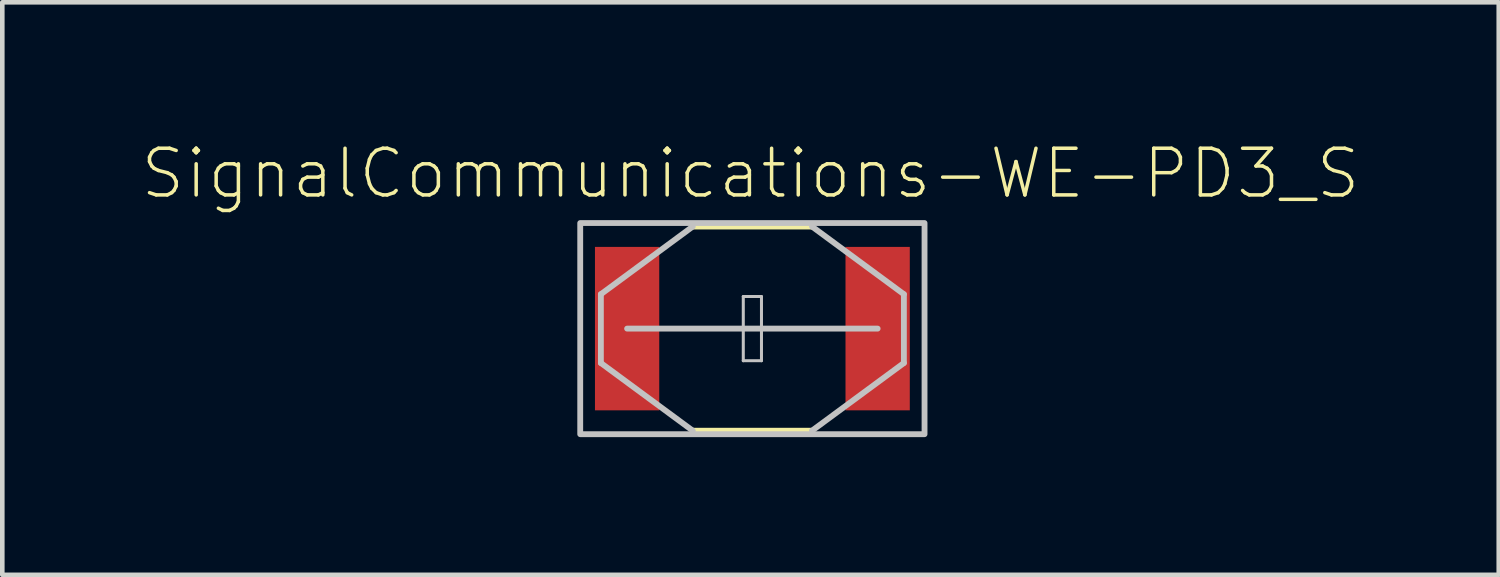
<source format=kicad_pcb>
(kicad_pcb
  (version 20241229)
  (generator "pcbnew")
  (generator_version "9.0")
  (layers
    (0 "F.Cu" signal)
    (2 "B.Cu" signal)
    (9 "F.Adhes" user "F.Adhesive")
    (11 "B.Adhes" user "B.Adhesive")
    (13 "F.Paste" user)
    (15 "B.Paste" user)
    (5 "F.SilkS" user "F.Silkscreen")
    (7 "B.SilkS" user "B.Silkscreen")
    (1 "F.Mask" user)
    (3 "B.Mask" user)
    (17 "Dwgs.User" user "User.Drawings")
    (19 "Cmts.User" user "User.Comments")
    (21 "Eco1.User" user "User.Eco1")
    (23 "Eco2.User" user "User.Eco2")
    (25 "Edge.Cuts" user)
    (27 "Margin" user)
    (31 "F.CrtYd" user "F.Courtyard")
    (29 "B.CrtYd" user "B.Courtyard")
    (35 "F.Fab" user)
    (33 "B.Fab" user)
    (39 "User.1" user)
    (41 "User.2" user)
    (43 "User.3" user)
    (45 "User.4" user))
  (footprint "SignalCommunications-WE-PD3_S"
    (layer "F.Cu")
    (at 13.334 4.106)
    (property "Reference" "SignalCommunications-WE-PD3_S" (at -0.041 -3.378 0) (layer "F.SilkS") (effects (font (size 1.016 1.016) (thickness 0.076))))
    (attr smd)
    (fp_line (start -1.298 -2.223) (end 1.298 -2.223) (stroke (width 0.127) (type solid)) (layer "F.SilkS"))
    (fp_line (start -1.298 2.223) (end 1.298 2.223) (stroke (width 0.127) (type solid)) (layer "F.SilkS"))
    (fp_line (start -3.299 -0.749) (end -1.298 -2.223) (stroke (width 0.127) (type solid)) (layer "Dwgs.User"))
    (fp_line (start -3.299 0.749) (end -3.299 -0.749) (stroke (width 0.127) (type solid)) (layer "Dwgs.User"))
    (fp_line (start -3.299 0.749) (end -1.298 2.223) (stroke (width 0.127) (type solid)) (layer "Dwgs.User"))
    (fp_line (start -2.728 0) (end 2.728 0) (stroke (width 0.127) (type solid)) (layer "Dwgs.User"))
    (fp_line (start -0.198 -0.699) (end 0.198 -0.699) (stroke (width 0.066) (type solid)) (layer "Dwgs.User"))
    (fp_line (start -0.198 0.699) (end -0.198 -0.699) (stroke (width 0.066) (type solid)) (layer "Dwgs.User"))
    (fp_line (start -0.198 0.699) (end 0.198 0.699) (stroke (width 0.066) (type solid)) (layer "Dwgs.User"))
    (fp_line (start 0.198 0.699) (end 0.198 -0.699) (stroke (width 0.066) (type solid)) (layer "Dwgs.User"))
    (fp_line (start 3.299 -0.749) (end 1.298 -2.223) (stroke (width 0.127) (type solid)) (layer "Dwgs.User"))
    (fp_line (start 3.299 0.749) (end 1.298 2.223) (stroke (width 0.127) (type solid)) (layer "Dwgs.User"))
    (fp_line (start 3.299 0.749) (end 3.299 -0.749) (stroke (width 0.127) (type solid)) (layer "Dwgs.User"))
    (fp_poly (pts (xy -3.749 -2.299) (xy 3.749 -2.299) (xy 3.749 2.299) (xy -3.749 2.299) (xy -3.749 -2.299)) (stroke (width 0.127) (type solid)) (fill no) (layer "Dwgs.User"))
    (pad "1" smd rect (at -2.728 0 90) (size 3.559 1.4) (layers "F.Cu" "F.Mask" "F.Paste"))
    (pad "2" smd rect (at 2.728 0 90) (size 3.559 1.4) (layers "F.Cu" "F.Mask" "F.Paste")))
  (gr_rect
    (start -3 -3)
    (end 29.587 9.468)
    (stroke (width 0.1) (type default))
    (fill no)
    (layer "Edge.Cuts")))
</source>
